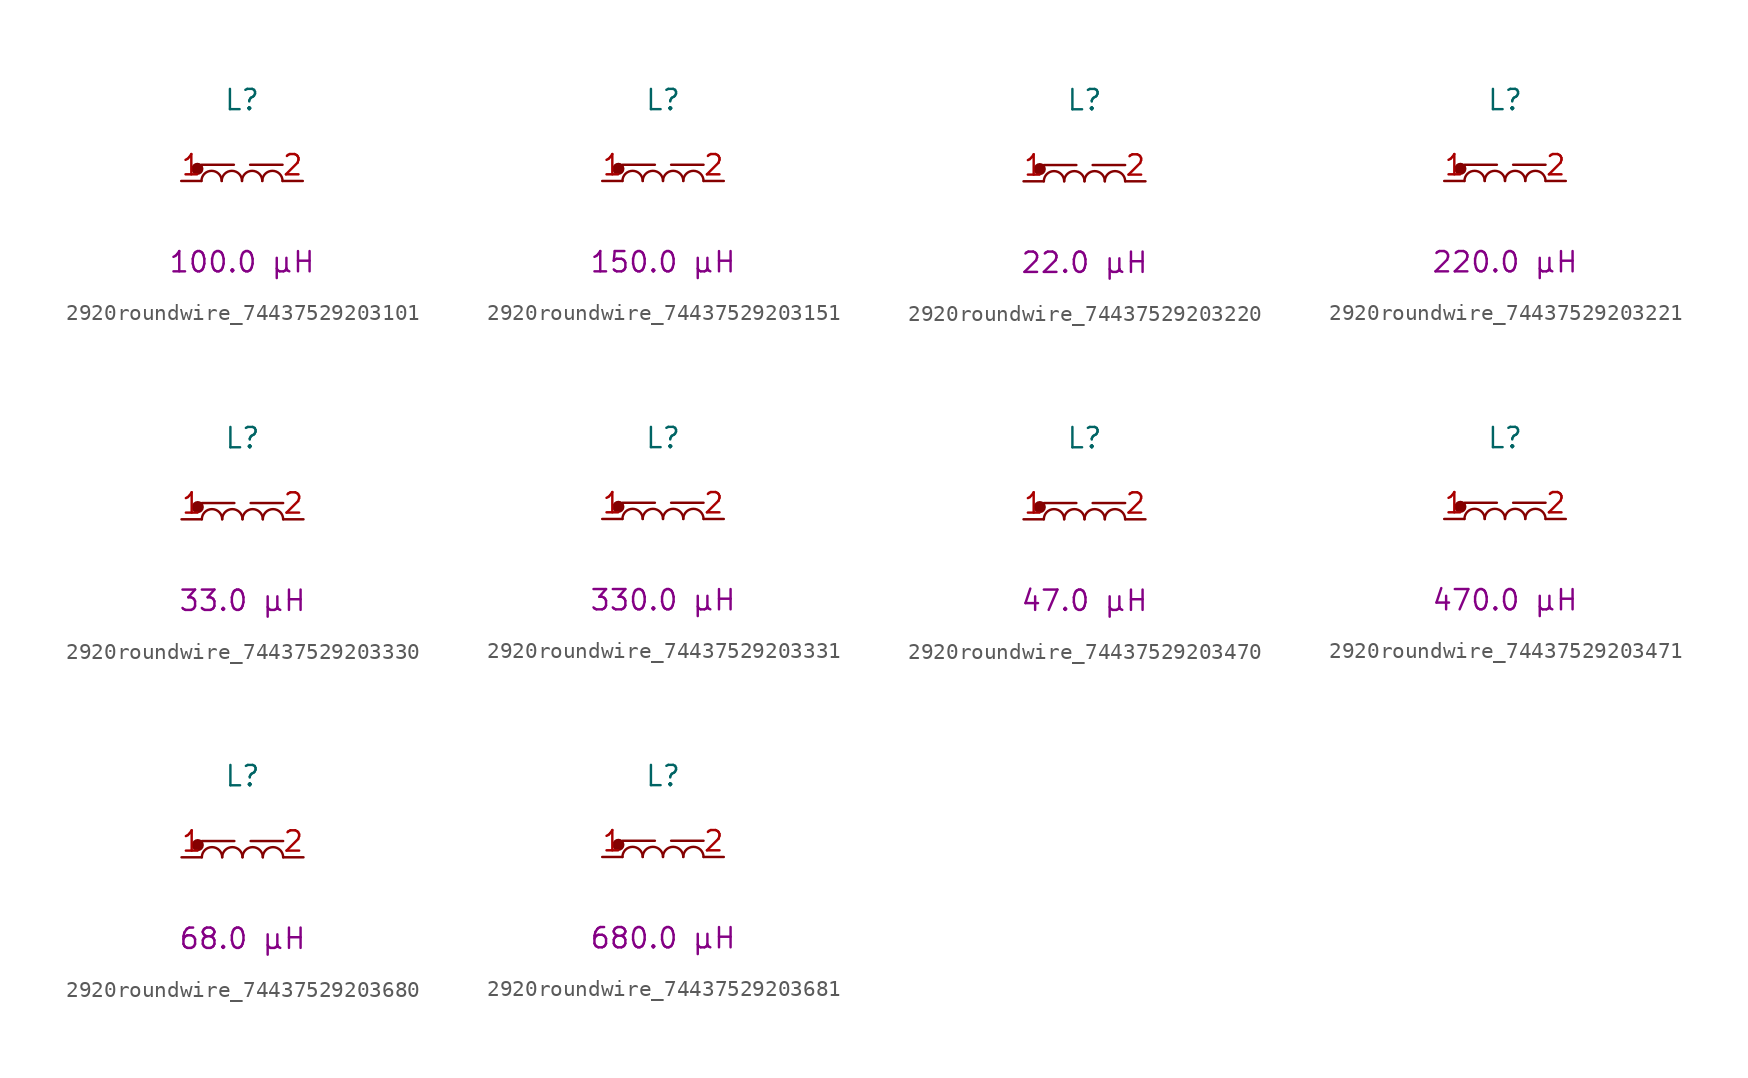
<source format=kicad_sym>
(kicad_symbol_lib
  (version 20220914)
  (generator kicad_symbol_editor)
  (symbol "2920roundwire_74437529203101"
    (pin_names hide)
    (property "Reference" "L"
      (at 0 5.08 0)
      (effects (font (size 1.27 1.27))))
    (property "Critical Parameter" "100.0 µH"
      (at 0 -5.08 0)
      (effects (font (size 1.27 1.27))))
    (symbol "2920roundwire_74437529203101_0_1"
      (arc (start -1.27 0) (mid -1.905 0.6323) (end -2.54 0) (stroke (width 0) (type default)) (fill (type none)))
      (arc (start 0 0) (mid -0.635 0.6323) (end -1.27 0) (stroke (width 0) (type default)) (fill (type none)))
      (polyline (pts (xy -2.54 1.016) (xy -0.508 1.016)) (stroke (width 0) (type default)) (fill (type none)))
      (arc (start 1.27 0) (mid 0.635 0.6323) (end 0 0) (stroke (width 0) (type default)) (fill (type none)))
      (arc (start 2.54 0) (mid 1.905 0.6323) (end 1.27 0) (stroke (width 0) (type default)) (fill (type none))))
    (symbol "2920roundwire_74437529203101_1_1"
      (circle (center -2.794 0.762) (radius 0.0001) (stroke (width 0.381) (type default)) (fill (type none)))
      (polyline (pts (xy 2.54 1.016) (xy 0.508 1.016)) (stroke (width 0) (type default)) (fill (type none)))
      (pin passive line (at -3.81 0 0) (length 1.27) (name "1" (effects (font (size 1.27 1.27)))) (number "1" (effects (font (size 1.27 1.27)))))
      (pin passive line (at 3.81 0 180) (length 1.27) (name "2" (effects (font (size 1.27 1.27)))) (number "2" (effects (font (size 1.27 1.27)))))))
  (symbol "2920roundwire_74437529203151"
    (pin_names hide)
    (property "Reference" "L"
      (at 0 5.08 0)
      (effects (font (size 1.27 1.27))))
    (property "Critical Parameter" "150.0 µH"
      (at 0 -5.08 0)
      (effects (font (size 1.27 1.27))))
    (symbol "2920roundwire_74437529203151_0_1"
      (arc (start -1.27 0) (mid -1.905 0.6323) (end -2.54 0) (stroke (width 0) (type default)) (fill (type none)))
      (arc (start 0 0) (mid -0.635 0.6323) (end -1.27 0) (stroke (width 0) (type default)) (fill (type none)))
      (polyline (pts (xy -2.54 1.016) (xy -0.508 1.016)) (stroke (width 0) (type default)) (fill (type none)))
      (arc (start 1.27 0) (mid 0.635 0.6323) (end 0 0) (stroke (width 0) (type default)) (fill (type none)))
      (arc (start 2.54 0) (mid 1.905 0.6323) (end 1.27 0) (stroke (width 0) (type default)) (fill (type none))))
    (symbol "2920roundwire_74437529203151_1_1"
      (circle (center -2.794 0.762) (radius 0.0001) (stroke (width 0.381) (type default)) (fill (type none)))
      (polyline (pts (xy 2.54 1.016) (xy 0.508 1.016)) (stroke (width 0) (type default)) (fill (type none)))
      (pin passive line (at -3.81 0 0) (length 1.27) (name "1" (effects (font (size 1.27 1.27)))) (number "1" (effects (font (size 1.27 1.27)))))
      (pin passive line (at 3.81 0 180) (length 1.27) (name "2" (effects (font (size 1.27 1.27)))) (number "2" (effects (font (size 1.27 1.27)))))))
  (symbol "2920roundwire_74437529203220"
    (pin_names hide)
    (property "Reference" "L"
      (at 0 5.08 0)
      (effects (font (size 1.27 1.27))))
    (property "Critical Parameter" "22.0 µH"
      (at 0 -5.08 0)
      (effects (font (size 1.27 1.27))))
    (symbol "2920roundwire_74437529203220_0_1"
      (arc (start -1.27 0) (mid -1.905 0.6323) (end -2.54 0) (stroke (width 0) (type default)) (fill (type none)))
      (arc (start 0 0) (mid -0.635 0.6323) (end -1.27 0) (stroke (width 0) (type default)) (fill (type none)))
      (polyline (pts (xy -2.54 1.016) (xy -0.508 1.016)) (stroke (width 0) (type default)) (fill (type none)))
      (arc (start 1.27 0) (mid 0.635 0.6323) (end 0 0) (stroke (width 0) (type default)) (fill (type none)))
      (arc (start 2.54 0) (mid 1.905 0.6323) (end 1.27 0) (stroke (width 0) (type default)) (fill (type none))))
    (symbol "2920roundwire_74437529203220_1_1"
      (circle (center -2.794 0.762) (radius 0.0001) (stroke (width 0.381) (type default)) (fill (type none)))
      (polyline (pts (xy 2.54 1.016) (xy 0.508 1.016)) (stroke (width 0) (type default)) (fill (type none)))
      (pin passive line (at -3.81 0 0) (length 1.27) (name "1" (effects (font (size 1.27 1.27)))) (number "1" (effects (font (size 1.27 1.27)))))
      (pin passive line (at 3.81 0 180) (length 1.27) (name "2" (effects (font (size 1.27 1.27)))) (number "2" (effects (font (size 1.27 1.27)))))))
  (symbol "2920roundwire_74437529203221"
    (pin_names hide)
    (property "Reference" "L"
      (at 0 5.08 0)
      (effects (font (size 1.27 1.27))))
    (property "Critical Parameter" "220.0 µH"
      (at 0 -5.08 0)
      (effects (font (size 1.27 1.27))))
    (symbol "2920roundwire_74437529203221_0_1"
      (arc (start -1.27 0) (mid -1.905 0.6323) (end -2.54 0) (stroke (width 0) (type default)) (fill (type none)))
      (arc (start 0 0) (mid -0.635 0.6323) (end -1.27 0) (stroke (width 0) (type default)) (fill (type none)))
      (polyline (pts (xy -2.54 1.016) (xy -0.508 1.016)) (stroke (width 0) (type default)) (fill (type none)))
      (arc (start 1.27 0) (mid 0.635 0.6323) (end 0 0) (stroke (width 0) (type default)) (fill (type none)))
      (arc (start 2.54 0) (mid 1.905 0.6323) (end 1.27 0) (stroke (width 0) (type default)) (fill (type none))))
    (symbol "2920roundwire_74437529203221_1_1"
      (circle (center -2.794 0.762) (radius 0.0001) (stroke (width 0.381) (type default)) (fill (type none)))
      (polyline (pts (xy 2.54 1.016) (xy 0.508 1.016)) (stroke (width 0) (type default)) (fill (type none)))
      (pin passive line (at -3.81 0 0) (length 1.27) (name "1" (effects (font (size 1.27 1.27)))) (number "1" (effects (font (size 1.27 1.27)))))
      (pin passive line (at 3.81 0 180) (length 1.27) (name "2" (effects (font (size 1.27 1.27)))) (number "2" (effects (font (size 1.27 1.27)))))))
  (symbol "2920roundwire_74437529203330"
    (pin_names hide)
    (property "Reference" "L"
      (at 0 5.08 0)
      (effects (font (size 1.27 1.27))))
    (property "Critical Parameter" "33.0 µH"
      (at 0 -5.08 0)
      (effects (font (size 1.27 1.27))))
    (symbol "2920roundwire_74437529203330_0_1"
      (arc (start -1.27 0) (mid -1.905 0.6323) (end -2.54 0) (stroke (width 0) (type default)) (fill (type none)))
      (arc (start 0 0) (mid -0.635 0.6323) (end -1.27 0) (stroke (width 0) (type default)) (fill (type none)))
      (polyline (pts (xy -2.54 1.016) (xy -0.508 1.016)) (stroke (width 0) (type default)) (fill (type none)))
      (arc (start 1.27 0) (mid 0.635 0.6323) (end 0 0) (stroke (width 0) (type default)) (fill (type none)))
      (arc (start 2.54 0) (mid 1.905 0.6323) (end 1.27 0) (stroke (width 0) (type default)) (fill (type none))))
    (symbol "2920roundwire_74437529203330_1_1"
      (circle (center -2.794 0.762) (radius 0.0001) (stroke (width 0.381) (type default)) (fill (type none)))
      (polyline (pts (xy 2.54 1.016) (xy 0.508 1.016)) (stroke (width 0) (type default)) (fill (type none)))
      (pin passive line (at -3.81 0 0) (length 1.27) (name "1" (effects (font (size 1.27 1.27)))) (number "1" (effects (font (size 1.27 1.27)))))
      (pin passive line (at 3.81 0 180) (length 1.27) (name "2" (effects (font (size 1.27 1.27)))) (number "2" (effects (font (size 1.27 1.27)))))))
  (symbol "2920roundwire_74437529203331"
    (pin_names hide)
    (property "Reference" "L"
      (at 0 5.08 0)
      (effects (font (size 1.27 1.27))))
    (property "Critical Parameter" "330.0 µH"
      (at 0 -5.08 0)
      (effects (font (size 1.27 1.27))))
    (symbol "2920roundwire_74437529203331_0_1"
      (arc (start -1.27 0) (mid -1.905 0.6323) (end -2.54 0) (stroke (width 0) (type default)) (fill (type none)))
      (arc (start 0 0) (mid -0.635 0.6323) (end -1.27 0) (stroke (width 0) (type default)) (fill (type none)))
      (polyline (pts (xy -2.54 1.016) (xy -0.508 1.016)) (stroke (width 0) (type default)) (fill (type none)))
      (arc (start 1.27 0) (mid 0.635 0.6323) (end 0 0) (stroke (width 0) (type default)) (fill (type none)))
      (arc (start 2.54 0) (mid 1.905 0.6323) (end 1.27 0) (stroke (width 0) (type default)) (fill (type none))))
    (symbol "2920roundwire_74437529203331_1_1"
      (circle (center -2.794 0.762) (radius 0.0001) (stroke (width 0.381) (type default)) (fill (type none)))
      (polyline (pts (xy 2.54 1.016) (xy 0.508 1.016)) (stroke (width 0) (type default)) (fill (type none)))
      (pin passive line (at -3.81 0 0) (length 1.27) (name "1" (effects (font (size 1.27 1.27)))) (number "1" (effects (font (size 1.27 1.27)))))
      (pin passive line (at 3.81 0 180) (length 1.27) (name "2" (effects (font (size 1.27 1.27)))) (number "2" (effects (font (size 1.27 1.27)))))))
  (symbol "2920roundwire_74437529203470"
    (pin_names hide)
    (property "Reference" "L"
      (at 0 5.08 0)
      (effects (font (size 1.27 1.27))))
    (property "Critical Parameter" "47.0 µH"
      (at 0 -5.08 0)
      (effects (font (size 1.27 1.27))))
    (symbol "2920roundwire_74437529203470_0_1"
      (arc (start -1.27 0) (mid -1.905 0.6323) (end -2.54 0) (stroke (width 0) (type default)) (fill (type none)))
      (arc (start 0 0) (mid -0.635 0.6323) (end -1.27 0) (stroke (width 0) (type default)) (fill (type none)))
      (polyline (pts (xy -2.54 1.016) (xy -0.508 1.016)) (stroke (width 0) (type default)) (fill (type none)))
      (arc (start 1.27 0) (mid 0.635 0.6323) (end 0 0) (stroke (width 0) (type default)) (fill (type none)))
      (arc (start 2.54 0) (mid 1.905 0.6323) (end 1.27 0) (stroke (width 0) (type default)) (fill (type none))))
    (symbol "2920roundwire_74437529203470_1_1"
      (circle (center -2.794 0.762) (radius 0.0001) (stroke (width 0.381) (type default)) (fill (type none)))
      (polyline (pts (xy 2.54 1.016) (xy 0.508 1.016)) (stroke (width 0) (type default)) (fill (type none)))
      (pin passive line (at -3.81 0 0) (length 1.27) (name "1" (effects (font (size 1.27 1.27)))) (number "1" (effects (font (size 1.27 1.27)))))
      (pin passive line (at 3.81 0 180) (length 1.27) (name "2" (effects (font (size 1.27 1.27)))) (number "2" (effects (font (size 1.27 1.27)))))))
  (symbol "2920roundwire_74437529203471"
    (pin_names hide)
    (property "Reference" "L"
      (at 0 5.08 0)
      (effects (font (size 1.27 1.27))))
    (property "Critical Parameter" "470.0 µH"
      (at 0 -5.08 0)
      (effects (font (size 1.27 1.27))))
    (symbol "2920roundwire_74437529203471_0_1"
      (arc (start -1.27 0) (mid -1.905 0.6323) (end -2.54 0) (stroke (width 0) (type default)) (fill (type none)))
      (arc (start 0 0) (mid -0.635 0.6323) (end -1.27 0) (stroke (width 0) (type default)) (fill (type none)))
      (polyline (pts (xy -2.54 1.016) (xy -0.508 1.016)) (stroke (width 0) (type default)) (fill (type none)))
      (arc (start 1.27 0) (mid 0.635 0.6323) (end 0 0) (stroke (width 0) (type default)) (fill (type none)))
      (arc (start 2.54 0) (mid 1.905 0.6323) (end 1.27 0) (stroke (width 0) (type default)) (fill (type none))))
    (symbol "2920roundwire_74437529203471_1_1"
      (circle (center -2.794 0.762) (radius 0.0001) (stroke (width 0.381) (type default)) (fill (type none)))
      (polyline (pts (xy 2.54 1.016) (xy 0.508 1.016)) (stroke (width 0) (type default)) (fill (type none)))
      (pin passive line (at -3.81 0 0) (length 1.27) (name "1" (effects (font (size 1.27 1.27)))) (number "1" (effects (font (size 1.27 1.27)))))
      (pin passive line (at 3.81 0 180) (length 1.27) (name "2" (effects (font (size 1.27 1.27)))) (number "2" (effects (font (size 1.27 1.27)))))))
  (symbol "2920roundwire_74437529203680"
    (pin_names hide)
    (property "Reference" "L"
      (at 0 5.08 0)
      (effects (font (size 1.27 1.27))))
    (property "Critical Parameter" "68.0 µH"
      (at 0 -5.08 0)
      (effects (font (size 1.27 1.27))))
    (symbol "2920roundwire_74437529203680_0_1"
      (arc (start -1.27 0) (mid -1.905 0.6323) (end -2.54 0) (stroke (width 0) (type default)) (fill (type none)))
      (arc (start 0 0) (mid -0.635 0.6323) (end -1.27 0) (stroke (width 0) (type default)) (fill (type none)))
      (polyline (pts (xy -2.54 1.016) (xy -0.508 1.016)) (stroke (width 0) (type default)) (fill (type none)))
      (arc (start 1.27 0) (mid 0.635 0.6323) (end 0 0) (stroke (width 0) (type default)) (fill (type none)))
      (arc (start 2.54 0) (mid 1.905 0.6323) (end 1.27 0) (stroke (width 0) (type default)) (fill (type none))))
    (symbol "2920roundwire_74437529203680_1_1"
      (circle (center -2.794 0.762) (radius 0.0001) (stroke (width 0.381) (type default)) (fill (type none)))
      (polyline (pts (xy 2.54 1.016) (xy 0.508 1.016)) (stroke (width 0) (type default)) (fill (type none)))
      (pin passive line (at -3.81 0 0) (length 1.27) (name "1" (effects (font (size 1.27 1.27)))) (number "1" (effects (font (size 1.27 1.27)))))
      (pin passive line (at 3.81 0 180) (length 1.27) (name "2" (effects (font (size 1.27 1.27)))) (number "2" (effects (font (size 1.27 1.27)))))))
  (symbol "2920roundwire_74437529203681"
    (pin_names hide)
    (property "Reference" "L"
      (at 0 5.08 0)
      (effects (font (size 1.27 1.27))))
    (property "Critical Parameter" "680.0 µH"
      (at 0 -5.08 0)
      (effects (font (size 1.27 1.27))))
    (symbol "2920roundwire_74437529203681_0_1"
      (arc (start -1.27 0) (mid -1.905 0.6323) (end -2.54 0) (stroke (width 0) (type default)) (fill (type none)))
      (arc (start 0 0) (mid -0.635 0.6323) (end -1.27 0) (stroke (width 0) (type default)) (fill (type none)))
      (polyline (pts (xy -2.54 1.016) (xy -0.508 1.016)) (stroke (width 0) (type default)) (fill (type none)))
      (arc (start 1.27 0) (mid 0.635 0.6323) (end 0 0) (stroke (width 0) (type default)) (fill (type none)))
      (arc (start 2.54 0) (mid 1.905 0.6323) (end 1.27 0) (stroke (width 0) (type default)) (fill (type none))))
    (symbol "2920roundwire_74437529203681_1_1"
      (circle (center -2.794 0.762) (radius 0.0001) (stroke (width 0.381) (type default)) (fill (type none)))
      (polyline (pts (xy 2.54 1.016) (xy 0.508 1.016)) (stroke (width 0) (type default)) (fill (type none)))
      (pin passive line (at -3.81 0 0) (length 1.27) (name "1" (effects (font (size 1.27 1.27)))) (number "1" (effects (font (size 1.27 1.27)))))
      (pin passive line (at 3.81 0 180) (length 1.27) (name "2" (effects (font (size 1.27 1.27)))) (number "2" (effects (font (size 1.27 1.27))))))))
</source>
